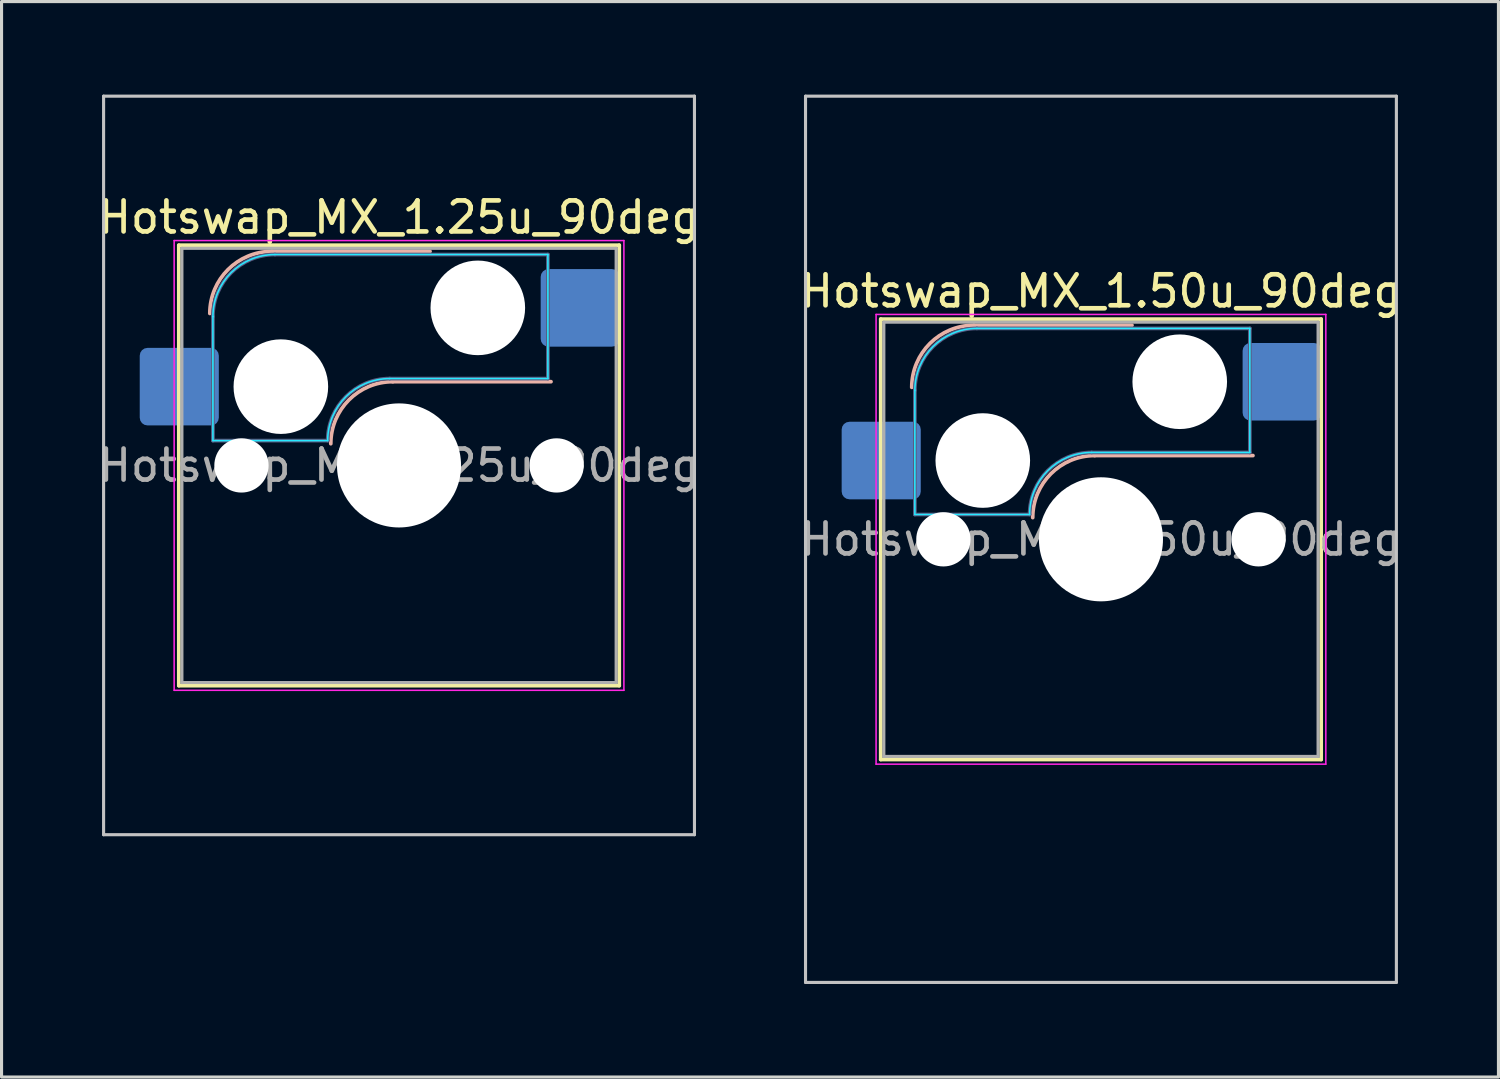
<source format=kicad_pcb>
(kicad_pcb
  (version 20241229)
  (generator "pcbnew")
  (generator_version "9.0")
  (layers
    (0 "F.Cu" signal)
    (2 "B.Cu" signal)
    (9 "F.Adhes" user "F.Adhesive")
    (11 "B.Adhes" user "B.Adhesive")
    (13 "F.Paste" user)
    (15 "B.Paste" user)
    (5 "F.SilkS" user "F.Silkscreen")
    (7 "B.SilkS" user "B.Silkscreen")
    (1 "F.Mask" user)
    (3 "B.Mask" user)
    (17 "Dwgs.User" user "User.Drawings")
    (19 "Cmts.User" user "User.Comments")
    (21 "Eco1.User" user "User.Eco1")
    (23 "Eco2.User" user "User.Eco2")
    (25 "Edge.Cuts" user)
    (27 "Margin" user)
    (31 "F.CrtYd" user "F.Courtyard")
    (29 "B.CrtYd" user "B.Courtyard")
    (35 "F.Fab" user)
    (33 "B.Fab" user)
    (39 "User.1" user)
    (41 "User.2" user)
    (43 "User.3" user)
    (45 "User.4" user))
  (footprint "Hotswap_MX_1.50u_90deg"
    (layer "F.Cu")
    (at 32.446 14.338)
    (property "Reference" "Hotswap_MX_1.50u_90deg" (at 0 -8 0) (layer "F.SilkS") (effects (font (size 1 1) (thickness 0.15))))
    (attr smd)
    (fp_line (start -7.1 -7.1) (end -7.1 7.1) (stroke (width 0.12) (type solid)) (layer "F.SilkS"))
    (fp_line (start -7.1 7.1) (end 7.1 7.1) (stroke (width 0.12) (type solid)) (layer "F.SilkS"))
    (fp_line (start 7.1 -7.1) (end -7.1 -7.1) (stroke (width 0.12) (type solid)) (layer "F.SilkS"))
    (fp_line (start 7.1 7.1) (end 7.1 -7.1) (stroke (width 0.12) (type solid)) (layer "F.SilkS"))
    (fp_line (start -4.1 -6.9) (end 1 -6.9) (stroke (width 0.12) (type solid)) (layer "B.SilkS"))
    (fp_line (start -0.2 -2.7) (end 4.9 -2.7) (stroke (width 0.12) (type solid)) (layer "B.SilkS"))
    (fp_arc (start -6.1 -4.9) (mid -5.514214 -6.314214) (end -4.1 -6.9) (stroke (width 0.12) (type solid)) (layer "B.SilkS"))
    (fp_arc (start -2.2 -0.7) (mid -1.614214 -2.114214) (end -0.2 -2.7) (stroke (width 0.12) (type solid)) (layer "B.SilkS"))
    (fp_line (start -9.525 -14.287) (end 9.525 -14.287) (stroke (width 0.1) (type solid)) (layer "Dwgs.User"))
    (fp_line (start -9.525 14.287) (end -9.525 -14.287) (stroke (width 0.1) (type solid)) (layer "Dwgs.User"))
    (fp_line (start 9.525 -14.287) (end 9.525 14.287) (stroke (width 0.1) (type solid)) (layer "Dwgs.User"))
    (fp_line (start 9.525 14.287) (end -9.525 14.287) (stroke (width 0.1) (type solid)) (layer "Dwgs.User"))
    (fp_line (start -7.8 -6) (end -7 -6) (stroke (width 0.1) (type solid)) (layer "Eco1.User"))
    (fp_line (start -7.8 -2.9) (end -7.8 -6) (stroke (width 0.1) (type solid)) (layer "Eco1.User"))
    (fp_line (start -7.8 2.9) (end -7 2.9) (stroke (width 0.1) (type solid)) (layer "Eco1.User"))
    (fp_line (start -7.8 6) (end -7.8 2.9) (stroke (width 0.1) (type solid)) (layer "Eco1.User"))
    (fp_line (start -7 -7) (end 7 -7) (stroke (width 0.1) (type solid)) (layer "Eco1.User"))
    (fp_line (start -7 -6) (end -7 -7) (stroke (width 0.1) (type solid)) (layer "Eco1.User"))
    (fp_line (start -7 -2.9) (end -7.8 -2.9) (stroke (width 0.1) (type solid)) (layer "Eco1.User"))
    (fp_line (start -7 2.9) (end -7 -2.9) (stroke (width 0.1) (type solid)) (layer "Eco1.User"))
    (fp_line (start -7 6) (end -7.8 6) (stroke (width 0.1) (type solid)) (layer "Eco1.User"))
    (fp_line (start -7 7) (end -7 6) (stroke (width 0.1) (type solid)) (layer "Eco1.User"))
    (fp_line (start 7 -7) (end 7 -6) (stroke (width 0.1) (type solid)) (layer "Eco1.User"))
    (fp_line (start 7 -6) (end 7.8 -6) (stroke (width 0.1) (type solid)) (layer "Eco1.User"))
    (fp_line (start 7 -2.9) (end 7 2.9) (stroke (width 0.1) (type solid)) (layer "Eco1.User"))
    (fp_line (start 7 2.9) (end 7.8 2.9) (stroke (width 0.1) (type solid)) (layer "Eco1.User"))
    (fp_line (start 7 6) (end 7 7) (stroke (width 0.1) (type solid)) (layer "Eco1.User"))
    (fp_line (start 7 7) (end -7 7) (stroke (width 0.1) (type solid)) (layer "Eco1.User"))
    (fp_line (start 7.8 -6) (end 7.8 -2.9) (stroke (width 0.1) (type solid)) (layer "Eco1.User"))
    (fp_line (start 7.8 -2.9) (end 7 -2.9) (stroke (width 0.1) (type solid)) (layer "Eco1.User"))
    (fp_line (start 7.8 2.9) (end 7.8 6) (stroke (width 0.1) (type solid)) (layer "Eco1.User"))
    (fp_line (start 7.8 6) (end 7 6) (stroke (width 0.1) (type solid)) (layer "Eco1.User"))
    (fp_line (start -6 -0.8) (end -6 -4.8) (stroke (width 0.05) (type solid)) (layer "B.CrtYd"))
    (fp_line (start -6 -0.8) (end -2.3 -0.8) (stroke (width 0.05) (type solid)) (layer "B.CrtYd"))
    (fp_line (start -4 -6.8) (end 4.8 -6.8) (stroke (width 0.05) (type solid)) (layer "B.CrtYd"))
    (fp_line (start -0.3 -2.8) (end 4.8 -2.8) (stroke (width 0.05) (type solid)) (layer "B.CrtYd"))
    (fp_line (start 4.8 -6.8) (end 4.8 -2.8) (stroke (width 0.05) (type solid)) (layer "B.CrtYd"))
    (fp_arc (start -6 -4.8) (mid -5.414214 -6.214214) (end -4 -6.8) (stroke (width 0.05) (type solid)) (layer "B.CrtYd"))
    (fp_arc (start -2.3 -0.8) (mid -1.714214 -2.214214) (end -0.3 -2.8) (stroke (width 0.05) (type solid)) (layer "B.CrtYd"))
    (fp_line (start -7.25 -7.25) (end -7.25 7.25) (stroke (width 0.05) (type solid)) (layer "F.CrtYd"))
    (fp_line (start -7.25 7.25) (end 7.25 7.25) (stroke (width 0.05) (type solid)) (layer "F.CrtYd"))
    (fp_line (start 7.25 -7.25) (end -7.25 -7.25) (stroke (width 0.05) (type solid)) (layer "F.CrtYd"))
    (fp_line (start 7.25 7.25) (end 7.25 -7.25) (stroke (width 0.05) (type solid)) (layer "F.CrtYd"))
    (fp_line (start -6 -0.8) (end -6 -4.8) (stroke (width 0.12) (type solid)) (layer "B.Fab"))
    (fp_line (start -6 -0.8) (end -2.3 -0.8) (stroke (width 0.12) (type solid)) (layer "B.Fab"))
    (fp_line (start -4 -6.8) (end 4.8 -6.8) (stroke (width 0.12) (type solid)) (layer "B.Fab"))
    (fp_line (start -0.3 -2.8) (end 4.8 -2.8) (stroke (width 0.12) (type solid)) (layer "B.Fab"))
    (fp_line (start 4.8 -6.8) (end 4.8 -2.8) (stroke (width 0.12) (type solid)) (layer "B.Fab"))
    (fp_arc (start -6 -4.8) (mid -5.414214 -6.214214) (end -4 -6.8) (stroke (width 0.12) (type solid)) (layer "B.Fab"))
    (fp_arc (start -2.3 -0.8) (mid -1.714214 -2.214214) (end -0.3 -2.8) (stroke (width 0.12) (type solid)) (layer "B.Fab"))
    (fp_line (start -7 -7) (end -7 7) (stroke (width 0.1) (type solid)) (layer "F.Fab"))
    (fp_line (start -7 7) (end 7 7) (stroke (width 0.1) (type solid)) (layer "F.Fab"))
    (fp_line (start 7 -7) (end -7 -7) (stroke (width 0.1) (type solid)) (layer "F.Fab"))
    (fp_line (start 7 7) (end 7 -7) (stroke (width 0.1) (type solid)) (layer "F.Fab"))
    (fp_text user "${REFERENCE}" (at 0 0 0) (layer "F.Fab") (effects (font (size 1 1) (thickness 0.15))))
    (pad "" np_thru_hole circle (at -5.08 0) (size 1.75 1.75) (drill 1.75) (layers "*.Cu" "*.Mask"))
    (pad "" np_thru_hole circle (at -3.81 -2.54) (size 3.05 3.05) (drill 3.05) (layers "*.Cu" "*.Mask"))
    (pad "" np_thru_hole circle (at 0 0) (size 4 4) (drill 4) (layers "*.Cu" "*.Mask"))
    (pad "" np_thru_hole circle (at 2.54 -5.08) (size 3.05 3.05) (drill 3.05) (layers "*.Cu" "*.Mask"))
    (pad "" np_thru_hole circle (at 5.08 0) (size 1.75 1.75) (drill 1.75) (layers "*.Cu" "*.Mask"))
    (pad "1" smd roundrect (at -7.085 -2.54) (size 2.55 2.5) (layers "B.Cu" "B.Mask" "B.Paste") (roundrect_rratio 0.1))
    (pad "2" smd roundrect (at 5.842 -5.08) (size 2.55 2.5) (layers "B.Cu" "B.Mask" "B.Paste") (roundrect_rratio 0.1)))
  (footprint "Hotswap_MX_1.25u_90deg"
    (layer "F.Cu")
    (at 9.815 11.956)
    (property "Reference" "Hotswap_MX_1.25u_90deg" (at 0 -8 0) (layer "F.SilkS") (effects (font (size 1 1) (thickness 0.15))))
    (attr smd)
    (fp_line (start -7.1 -7.1) (end -7.1 7.1) (stroke (width 0.12) (type solid)) (layer "F.SilkS"))
    (fp_line (start -7.1 7.1) (end 7.1 7.1) (stroke (width 0.12) (type solid)) (layer "F.SilkS"))
    (fp_line (start 7.1 -7.1) (end -7.1 -7.1) (stroke (width 0.12) (type solid)) (layer "F.SilkS"))
    (fp_line (start 7.1 7.1) (end 7.1 -7.1) (stroke (width 0.12) (type solid)) (layer "F.SilkS"))
    (fp_line (start -4.1 -6.9) (end 1 -6.9) (stroke (width 0.12) (type solid)) (layer "B.SilkS"))
    (fp_line (start -0.2 -2.7) (end 4.9 -2.7) (stroke (width 0.12) (type solid)) (layer "B.SilkS"))
    (fp_arc (start -6.1 -4.9) (mid -5.514214 -6.314214) (end -4.1 -6.9) (stroke (width 0.12) (type solid)) (layer "B.SilkS"))
    (fp_arc (start -2.2 -0.7) (mid -1.614214 -2.114214) (end -0.2 -2.7) (stroke (width 0.12) (type solid)) (layer "B.SilkS"))
    (fp_line (start -9.525 -11.906) (end 9.525 -11.906) (stroke (width 0.1) (type solid)) (layer "Dwgs.User"))
    (fp_line (start -9.525 11.906) (end -9.525 -11.906) (stroke (width 0.1) (type solid)) (layer "Dwgs.User"))
    (fp_line (start 9.525 -11.906) (end 9.525 11.906) (stroke (width 0.1) (type solid)) (layer "Dwgs.User"))
    (fp_line (start 9.525 11.906) (end -9.525 11.906) (stroke (width 0.1) (type solid)) (layer "Dwgs.User"))
    (fp_line (start -7.8 -6) (end -7 -6) (stroke (width 0.1) (type solid)) (layer "Eco1.User"))
    (fp_line (start -7.8 -2.9) (end -7.8 -6) (stroke (width 0.1) (type solid)) (layer "Eco1.User"))
    (fp_line (start -7.8 2.9) (end -7 2.9) (stroke (width 0.1) (type solid)) (layer "Eco1.User"))
    (fp_line (start -7.8 6) (end -7.8 2.9) (stroke (width 0.1) (type solid)) (layer "Eco1.User"))
    (fp_line (start -7 -7) (end 7 -7) (stroke (width 0.1) (type solid)) (layer "Eco1.User"))
    (fp_line (start -7 -6) (end -7 -7) (stroke (width 0.1) (type solid)) (layer "Eco1.User"))
    (fp_line (start -7 -2.9) (end -7.8 -2.9) (stroke (width 0.1) (type solid)) (layer "Eco1.User"))
    (fp_line (start -7 2.9) (end -7 -2.9) (stroke (width 0.1) (type solid)) (layer "Eco1.User"))
    (fp_line (start -7 6) (end -7.8 6) (stroke (width 0.1) (type solid)) (layer "Eco1.User"))
    (fp_line (start -7 7) (end -7 6) (stroke (width 0.1) (type solid)) (layer "Eco1.User"))
    (fp_line (start 7 -7) (end 7 -6) (stroke (width 0.1) (type solid)) (layer "Eco1.User"))
    (fp_line (start 7 -6) (end 7.8 -6) (stroke (width 0.1) (type solid)) (layer "Eco1.User"))
    (fp_line (start 7 -2.9) (end 7 2.9) (stroke (width 0.1) (type solid)) (layer "Eco1.User"))
    (fp_line (start 7 2.9) (end 7.8 2.9) (stroke (width 0.1) (type solid)) (layer "Eco1.User"))
    (fp_line (start 7 6) (end 7 7) (stroke (width 0.1) (type solid)) (layer "Eco1.User"))
    (fp_line (start 7 7) (end -7 7) (stroke (width 0.1) (type solid)) (layer "Eco1.User"))
    (fp_line (start 7.8 -6) (end 7.8 -2.9) (stroke (width 0.1) (type solid)) (layer "Eco1.User"))
    (fp_line (start 7.8 -2.9) (end 7 -2.9) (stroke (width 0.1) (type solid)) (layer "Eco1.User"))
    (fp_line (start 7.8 2.9) (end 7.8 6) (stroke (width 0.1) (type solid)) (layer "Eco1.User"))
    (fp_line (start 7.8 6) (end 7 6) (stroke (width 0.1) (type solid)) (layer "Eco1.User"))
    (fp_line (start -6 -0.8) (end -6 -4.8) (stroke (width 0.05) (type solid)) (layer "B.CrtYd"))
    (fp_line (start -6 -0.8) (end -2.3 -0.8) (stroke (width 0.05) (type solid)) (layer "B.CrtYd"))
    (fp_line (start -4 -6.8) (end 4.8 -6.8) (stroke (width 0.05) (type solid)) (layer "B.CrtYd"))
    (fp_line (start -0.3 -2.8) (end 4.8 -2.8) (stroke (width 0.05) (type solid)) (layer "B.CrtYd"))
    (fp_line (start 4.8 -6.8) (end 4.8 -2.8) (stroke (width 0.05) (type solid)) (layer "B.CrtYd"))
    (fp_arc (start -6 -4.8) (mid -5.414214 -6.214214) (end -4 -6.8) (stroke (width 0.05) (type solid)) (layer "B.CrtYd"))
    (fp_arc (start -2.3 -0.8) (mid -1.714214 -2.214214) (end -0.3 -2.8) (stroke (width 0.05) (type solid)) (layer "B.CrtYd"))
    (fp_line (start -7.25 -7.25) (end -7.25 7.25) (stroke (width 0.05) (type solid)) (layer "F.CrtYd"))
    (fp_line (start -7.25 7.25) (end 7.25 7.25) (stroke (width 0.05) (type solid)) (layer "F.CrtYd"))
    (fp_line (start 7.25 -7.25) (end -7.25 -7.25) (stroke (width 0.05) (type solid)) (layer "F.CrtYd"))
    (fp_line (start 7.25 7.25) (end 7.25 -7.25) (stroke (width 0.05) (type solid)) (layer "F.CrtYd"))
    (fp_line (start -6 -0.8) (end -6 -4.8) (stroke (width 0.12) (type solid)) (layer "B.Fab"))
    (fp_line (start -6 -0.8) (end -2.3 -0.8) (stroke (width 0.12) (type solid)) (layer "B.Fab"))
    (fp_line (start -4 -6.8) (end 4.8 -6.8) (stroke (width 0.12) (type solid)) (layer "B.Fab"))
    (fp_line (start -0.3 -2.8) (end 4.8 -2.8) (stroke (width 0.12) (type solid)) (layer "B.Fab"))
    (fp_line (start 4.8 -6.8) (end 4.8 -2.8) (stroke (width 0.12) (type solid)) (layer "B.Fab"))
    (fp_arc (start -6 -4.8) (mid -5.414214 -6.214214) (end -4 -6.8) (stroke (width 0.12) (type solid)) (layer "B.Fab"))
    (fp_arc (start -2.3 -0.8) (mid -1.714214 -2.214214) (end -0.3 -2.8) (stroke (width 0.12) (type solid)) (layer "B.Fab"))
    (fp_line (start -7 -7) (end -7 7) (stroke (width 0.1) (type solid)) (layer "F.Fab"))
    (fp_line (start -7 7) (end 7 7) (stroke (width 0.1) (type solid)) (layer "F.Fab"))
    (fp_line (start 7 -7) (end -7 -7) (stroke (width 0.1) (type solid)) (layer "F.Fab"))
    (fp_line (start 7 7) (end 7 -7) (stroke (width 0.1) (type solid)) (layer "F.Fab"))
    (fp_text user "${REFERENCE}" (at 0 0 0) (layer "F.Fab") (effects (font (size 1 1) (thickness 0.15))))
    (pad "" np_thru_hole circle (at -5.08 0) (size 1.75 1.75) (drill 1.75) (layers "*.Cu" "*.Mask"))
    (pad "" np_thru_hole circle (at -3.81 -2.54) (size 3.05 3.05) (drill 3.05) (layers "*.Cu" "*.Mask"))
    (pad "" np_thru_hole circle (at 0 0) (size 4 4) (drill 4) (layers "*.Cu" "*.Mask"))
    (pad "" np_thru_hole circle (at 2.54 -5.08) (size 3.05 3.05) (drill 3.05) (layers "*.Cu" "*.Mask"))
    (pad "" np_thru_hole circle (at 5.08 0) (size 1.75 1.75) (drill 1.75) (layers "*.Cu" "*.Mask"))
    (pad "1" smd roundrect (at -7.085 -2.54) (size 2.55 2.5) (layers "B.Cu" "B.Mask" "B.Paste") (roundrect_rratio 0.1))
    (pad "2" smd roundrect (at 5.842 -5.08) (size 2.55 2.5) (layers "B.Cu" "B.Mask" "B.Paste") (roundrect_rratio 0.1)))
  (gr_rect
    (start -3 -3)
    (end 45.262 31.675)
    (stroke (width 0.1) (type default))
    (fill no)
    (layer "Edge.Cuts")))
</source>
